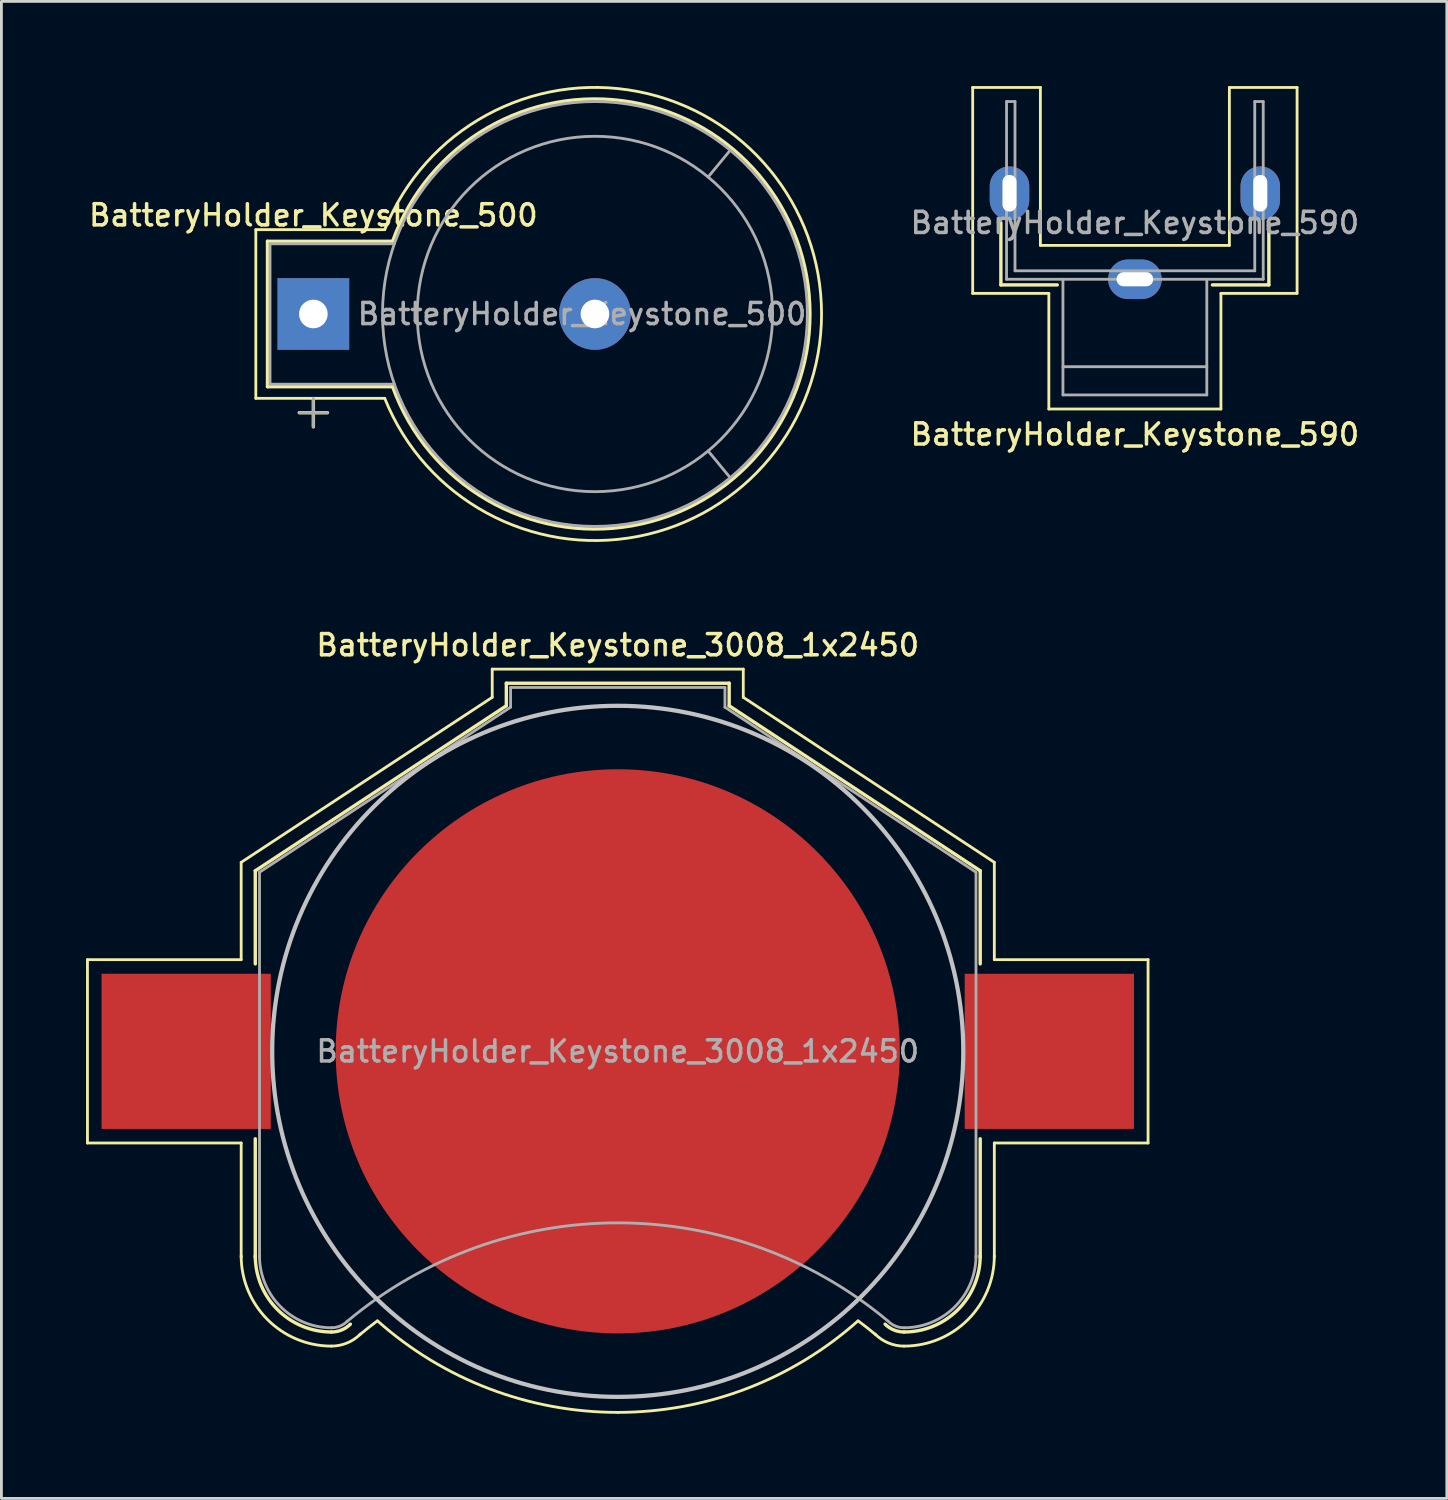
<source format=kicad_pcb>
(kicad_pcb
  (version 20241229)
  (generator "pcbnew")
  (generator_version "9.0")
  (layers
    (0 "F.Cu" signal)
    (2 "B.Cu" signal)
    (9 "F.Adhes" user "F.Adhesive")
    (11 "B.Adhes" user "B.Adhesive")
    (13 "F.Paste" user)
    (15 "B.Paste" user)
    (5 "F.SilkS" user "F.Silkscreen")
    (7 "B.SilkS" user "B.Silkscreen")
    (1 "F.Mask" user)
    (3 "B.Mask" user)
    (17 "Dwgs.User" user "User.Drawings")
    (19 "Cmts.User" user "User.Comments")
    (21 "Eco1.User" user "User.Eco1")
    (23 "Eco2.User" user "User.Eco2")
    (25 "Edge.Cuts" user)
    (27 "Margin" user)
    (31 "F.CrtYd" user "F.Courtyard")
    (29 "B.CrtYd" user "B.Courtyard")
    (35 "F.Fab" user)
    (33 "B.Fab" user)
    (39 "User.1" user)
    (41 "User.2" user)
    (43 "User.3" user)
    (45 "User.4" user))
  (footprint "BatteryHolder_Keystone_590"
    (layer "F.Cu")
    (at 37.183 6.85)
    (property "Reference" "BatteryHolder_Keystone_590" (at 0 5.5 0) (layer "F.SilkS") (effects (font (size 0.75 0.75) (thickness 0.125))))
    (attr through_hole)
    (fp_line (start -5.75 -6.8) (end -3.35 -6.8) (stroke (width 0.1) (type solid)) (layer "F.SilkS"))
    (fp_line (start -5.75 0.5) (end -5.75 -6.8) (stroke (width 0.1) (type solid)) (layer "F.SilkS"))
    (fp_line (start -4.75 -2) (end -4.75 0.2) (stroke (width 0.12) (type solid)) (layer "F.SilkS"))
    (fp_line (start -4.75 0.2) (end -2.75 0.2) (stroke (width 0.12) (type solid)) (layer "F.SilkS"))
    (fp_line (start -3.35 -1.2) (end -3.35 -6.8) (stroke (width 0.1) (type solid)) (layer "F.SilkS"))
    (fp_line (start -3.05 0.5) (end -5.75 0.5) (stroke (width 0.1) (type solid)) (layer "F.SilkS"))
    (fp_line (start -3.05 4.6) (end -3.05 0.5) (stroke (width 0.1) (type solid)) (layer "F.SilkS"))
    (fp_line (start 3.05 0.5) (end 3.05 4.6) (stroke (width 0.1) (type solid)) (layer "F.SilkS"))
    (fp_line (start 3.05 0.5) (end 5.75 0.5) (stroke (width 0.1) (type solid)) (layer "F.SilkS"))
    (fp_line (start 3.05 4.6) (end -3.05 4.6) (stroke (width 0.1) (type solid)) (layer "F.SilkS"))
    (fp_line (start 3.35 -6.8) (end 5.75 -6.8) (stroke (width 0.1) (type solid)) (layer "F.SilkS"))
    (fp_line (start 3.35 -1.2) (end -3.35 -1.2) (stroke (width 0.1) (type solid)) (layer "F.SilkS"))
    (fp_line (start 3.35 -1.2) (end 3.35 -6.8) (stroke (width 0.1) (type solid)) (layer "F.SilkS"))
    (fp_line (start 4.75 -2) (end 4.75 0.2) (stroke (width 0.12) (type solid)) (layer "F.SilkS"))
    (fp_line (start 4.75 0.2) (end 2.75 0.2) (stroke (width 0.12) (type solid)) (layer "F.SilkS"))
    (fp_line (start 5.75 -6.8) (end 5.75 0.5) (stroke (width 0.1) (type solid)) (layer "F.SilkS"))
    (fp_line (start -4.55 0) (end -4.55 -6.3) (stroke (width 0.1) (type solid)) (layer "F.Fab"))
    (fp_line (start -4.25 -6.3) (end -4.55 -6.3) (stroke (width 0.1) (type solid)) (layer "F.Fab"))
    (fp_line (start -4.25 -0.3) (end -4.25 -6.3) (stroke (width 0.1) (type solid)) (layer "F.Fab"))
    (fp_line (start -2.55 3.1) (end 2.55 3.1) (stroke (width 0.1) (type solid)) (layer "F.Fab"))
    (fp_line (start -2.55 4.1) (end -2.55 0) (stroke (width 0.1) (type solid)) (layer "F.Fab"))
    (fp_line (start 2.55 0) (end 2.55 4.1) (stroke (width 0.1) (type solid)) (layer "F.Fab"))
    (fp_line (start 2.55 4.1) (end -2.55 4.1) (stroke (width 0.1) (type solid)) (layer "F.Fab"))
    (fp_line (start 4.25 -6.3) (end 4.25 -0.3) (stroke (width 0.1) (type solid)) (layer "F.Fab"))
    (fp_line (start 4.25 -0.3) (end -4.25 -0.3) (stroke (width 0.1) (type solid)) (layer "F.Fab"))
    (fp_line (start 4.55 -6.3) (end 4.25 -6.3) (stroke (width 0.1) (type solid)) (layer "F.Fab"))
    (fp_line (start 4.55 0) (end -4.55 0) (stroke (width 0.1) (type solid)) (layer "F.Fab"))
    (fp_line (start 4.55 0) (end 4.55 -6.3) (stroke (width 0.1) (type solid)) (layer "F.Fab"))
    (fp_text user "${REFERENCE}" (at 0 -2 0) (layer "F.Fab") (effects (font (size 0.75 0.75) (thickness 0.125))))
    (pad "1" thru_hole oval (at -4.445 -3.05 90) (size 1.9 1.4) (drill oval 1.3 0.5) (layers "*.Cu" "*.Mask"))
    (pad "1" thru_hole oval (at 0 0) (size 1.9 1.4) (drill oval 1.3 0.5) (layers "*.Cu" "*.Mask"))
    (pad "1" thru_hole oval (at 4.445 -3.05 90) (size 1.9 1.4) (drill oval 1.3 0.5) (layers "*.Cu" "*.Mask")))
  (footprint "BatteryHolder_Keystone_3008_1x2450"
    (layer "F.Cu")
    (at 18.85 34.221)
    (property "Reference" "BatteryHolder_Keystone_3008_1x2450" (at 0 -14.4 0) (layer "F.SilkS") (effects (font (size 0.75 0.75) (thickness 0.125))))
    (attr smd)
    (fp_line (start -18.8 -3.25) (end -18.8 3.25) (stroke (width 0.1) (type solid)) (layer "F.SilkS"))
    (fp_line (start -18.8 3.25) (end -13.35 3.25) (stroke (width 0.1) (type solid)) (layer "F.SilkS"))
    (fp_line (start -13.35 -6.7) (end -13.35 -3.25) (stroke (width 0.1) (type solid)) (layer "F.SilkS"))
    (fp_line (start -13.35 -3.25) (end -18.8 -3.25) (stroke (width 0.1) (type solid)) (layer "F.SilkS"))
    (fp_line (start -13.35 3.25) (end -13.35 7.3) (stroke (width 0.1) (type solid)) (layer "F.SilkS"))
    (fp_line (start -12.85 -6.4) (end -12.85 -3.1) (stroke (width 0.12) (type solid)) (layer "F.SilkS"))
    (fp_line (start -12.85 3.1) (end -12.85 7.3) (stroke (width 0.12) (type solid)) (layer "F.SilkS"))
    (fp_line (start -4.45 -13.55) (end -4.45 -12.55) (stroke (width 0.1) (type solid)) (layer "F.SilkS"))
    (fp_line (start -4.45 -13.55) (end 4.45 -13.55) (stroke (width 0.1) (type solid)) (layer "F.SilkS"))
    (fp_line (start -4.45 -12.55) (end -13.35 -6.7) (stroke (width 0.1) (type solid)) (layer "F.SilkS"))
    (fp_line (start -3.95 -13.05) (end -3.95 -12.25) (stroke (width 0.12) (type solid)) (layer "F.SilkS"))
    (fp_line (start -3.95 -13.05) (end 3.95 -13.05) (stroke (width 0.12) (type solid)) (layer "F.SilkS"))
    (fp_line (start -3.95 -12.25) (end -12.85 -6.4) (stroke (width 0.12) (type solid)) (layer "F.SilkS"))
    (fp_line (start 3.95 -13.05) (end 3.95 -12.25) (stroke (width 0.12) (type solid)) (layer "F.SilkS"))
    (fp_line (start 3.95 -12.25) (end 12.85 -6.4) (stroke (width 0.12) (type solid)) (layer "F.SilkS"))
    (fp_line (start 4.45 -13.55) (end 4.45 -12.55) (stroke (width 0.1) (type solid)) (layer "F.SilkS"))
    (fp_line (start 4.45 -12.55) (end 13.35 -6.7) (stroke (width 0.1) (type solid)) (layer "F.SilkS"))
    (fp_line (start 12.85 -6.4) (end 12.85 -3.1) (stroke (width 0.12) (type solid)) (layer "F.SilkS"))
    (fp_line (start 12.85 3.1) (end 12.85 7.3) (stroke (width 0.12) (type solid)) (layer "F.SilkS"))
    (fp_line (start 13.35 -6.7) (end 13.35 -3.25) (stroke (width 0.1) (type solid)) (layer "F.SilkS"))
    (fp_line (start 13.35 -3.25) (end 18.8 -3.25) (stroke (width 0.1) (type solid)) (layer "F.SilkS"))
    (fp_line (start 13.35 3.25) (end 13.35 7.3) (stroke (width 0.1) (type solid)) (layer "F.SilkS"))
    (fp_line (start 18.8 -3.25) (end 18.8 3.25) (stroke (width 0.1) (type solid)) (layer "F.SilkS"))
    (fp_line (start 18.8 3.25) (end 13.35 3.25) (stroke (width 0.1) (type solid)) (layer "F.SilkS"))
    (fp_arc (start -10.15 9.95) (mid -12.059188 9.159188) (end -12.85 7.25) (stroke (width 0.12) (type solid)) (layer "F.SilkS"))
    (fp_arc (start -10.15 10.45) (mid -12.412742 9.512742) (end -13.35 7.25) (stroke (width 0.1) (type solid)) (layer "F.SilkS"))
    (fp_arc (start -9.478249 9.671751) (mid -9.786451 9.877685) (end -10.15 9.95) (stroke (width 0.12) (type solid)) (layer "F.SilkS"))
    (fp_arc (start -9.15 10.05) (mid -8.840691 9.798786) (end -8.524488 9.556307) (stroke (width 0.1) (type solid)) (layer "F.SilkS"))
    (fp_arc (start -9.124695 10.025305) (mid -9.595109 10.339626) (end -10.15 10.45) (stroke (width 0.1) (type solid)) (layer "F.SilkS"))
    (fp_arc (start 0 12.8) (mid -4.55581 11.961797) (end -8.514949 9.556969) (stroke (width 0.1) (type solid)) (layer "F.SilkS"))
    (fp_arc (start 8.514949 9.556969) (mid 4.55581 11.961798) (end 0 12.8) (stroke (width 0.1) (type solid)) (layer "F.SilkS"))
    (fp_arc (start 8.524488 9.556307) (mid 8.840691 9.798786) (end 9.15 10.05) (stroke (width 0.1) (type solid)) (layer "F.SilkS"))
    (fp_arc (start 10.15 9.95) (mid 9.786451 9.877686) (end 9.478249 9.671751) (stroke (width 0.12) (type solid)) (layer "F.SilkS"))
    (fp_arc (start 10.15 10.45) (mid 9.595109 10.339625) (end 9.124695 10.025305) (stroke (width 0.1) (type solid)) (layer "F.SilkS"))
    (fp_arc (start 12.85 7.25) (mid 12.059188 9.159188) (end 10.15 9.95) (stroke (width 0.12) (type solid)) (layer "F.SilkS"))
    (fp_arc (start 13.35 7.25) (mid 12.412742 9.512742) (end 10.15 10.45) (stroke (width 0.1) (type solid)) (layer "F.SilkS"))
    (fp_circle (center 0 0) (end 12.25 0) (stroke (width 0.15) (type solid)) (fill no) (layer "Dwgs.User"))
    (fp_line (start -12.7 -6.35) (end -12.7 7.3) (stroke (width 0.1) (type solid)) (layer "F.Fab"))
    (fp_line (start -3.8 -12.9) (end -3.8 -12.2) (stroke (width 0.1) (type solid)) (layer "F.Fab"))
    (fp_line (start -3.8 -12.9) (end 3.8 -12.9) (stroke (width 0.1) (type solid)) (layer "F.Fab"))
    (fp_line (start -3.8 -12.2) (end -12.7 -6.35) (stroke (width 0.1) (type solid)) (layer "F.Fab"))
    (fp_line (start 3.8 -12.9) (end 3.8 -12.2) (stroke (width 0.1) (type solid)) (layer "F.Fab"))
    (fp_line (start 3.8 -12.2) (end 12.7 -6.35) (stroke (width 0.1) (type solid)) (layer "F.Fab"))
    (fp_line (start 12.7 -6.35) (end 12.7 7.3) (stroke (width 0.1) (type solid)) (layer "F.Fab"))
    (fp_arc (start -10.15 9.8) (mid -11.953122 9.053122) (end -12.7 7.25) (stroke (width 0.1) (type solid)) (layer "F.Fab"))
    (fp_arc (start -9.6 9.58) (mid -0.013392 6.081011) (end 9.579482 9.562783) (stroke (width 0.1) (type solid)) (layer "F.Fab"))
    (fp_arc (start -9.584315 9.565685) (mid -9.843853 9.739103) (end -10.15 9.8) (stroke (width 0.1) (type solid)) (layer "F.Fab"))
    (fp_arc (start 10.15 9.8) (mid 9.843853 9.739104) (end 9.584315 9.565685) (stroke (width 0.1) (type solid)) (layer "F.Fab"))
    (fp_arc (start 12.7 7.25) (mid 11.953122 9.053122) (end 10.15 9.8) (stroke (width 0.1) (type solid)) (layer "F.Fab"))
    (fp_text user "${REFERENCE}" (at 0 0 0) (layer "F.Fab") (effects (font (size 0.75 0.75) (thickness 0.125))))
    (pad "1" smd rect (at -15.3 0) (size 6 5.5) (layers "F.Cu" "F.Mask" "F.Paste"))
    (pad "1" smd rect (at 15.3 0) (size 6 5.5) (layers "F.Cu" "F.Mask" "F.Paste"))
    (pad "2" smd circle (at 0 0) (size 20 20) (layers "F.Cu" "F.Mask")))
  (footprint "BatteryHolder_Keystone_500"
    (layer "F.Cu")
    (at 8.059 8.081)
    (property "Reference" "BatteryHolder_Keystone_500" (at 0 -3.5 0) (layer "F.SilkS") (effects (font (size 0.75 0.75) (thickness 0.125))))
    (attr through_hole)
    (fp_line (start -2.04 -2.99) (end 2.53 -2.99) (stroke (width 0.1) (type solid)) (layer "F.SilkS"))
    (fp_line (start -2.04 2.99) (end -2.04 -2.99) (stroke (width 0.1) (type solid)) (layer "F.SilkS"))
    (fp_line (start -2.04 2.99) (end 2.53 2.99) (stroke (width 0.1) (type solid)) (layer "F.SilkS"))
    (fp_line (start -1.626 -2.578) (end -1.626 2.578) (stroke (width 0.12) (type default)) (layer "F.SilkS"))
    (fp_line (start -1.626 -2.578) (end 2.81 -2.578) (stroke (width 0.12) (type solid)) (layer "F.SilkS"))
    (fp_line (start -1.626 2.578) (end 2.81 2.578) (stroke (width 0.12) (type solid)) (layer "F.SilkS"))
    (fp_line (start 0 3) (end 0 4) (stroke (width 0.12) (type default)) (layer "F.SilkS"))
    (fp_line (start 0.5 3.5) (end -0.5 3.5) (stroke (width 0.12) (type default)) (layer "F.SilkS"))
    (fp_arc (start 2.53 -2.99) (mid 18.015634 0) (end 2.53 2.99) (stroke (width 0.1) (type default)) (layer "F.SilkS"))
    (fp_arc (start 2.81 -2.5781) (mid 17.603686 0) (end 2.81 2.5781) (stroke (width 0.12) (type default)) (layer "F.SilkS"))
    (fp_line (start -1.537 -2.489) (end 2.87 -2.489) (stroke (width 0.1) (type solid)) (layer "F.Fab"))
    (fp_line (start -1.537 2.489) (end -1.537 -2.489) (stroke (width 0.1) (type solid)) (layer "F.Fab"))
    (fp_line (start -1.537 2.489) (end 2.87 2.489) (stroke (width 0.1) (type solid)) (layer "F.Fab"))
    (fp_line (start 0 3) (end 0 4) (stroke (width 0.1) (type default)) (layer "F.Fab"))
    (fp_line (start 0.5 3.5) (end -0.5 3.5) (stroke (width 0.1) (type default)) (layer "F.Fab"))
    (fp_line (start 13.995 -4.856) (end 14.771 -5.796) (stroke (width 0.1) (type solid)) (layer "F.Fab"))
    (fp_line (start 13.995 4.856) (end 14.771 5.796) (stroke (width 0.1) (type solid)) (layer "F.Fab"))
    (fp_circle (center 9.982 0) (end 16.281 0) (stroke (width 0.1) (type solid)) (fill no) (layer "F.Fab"))
    (fp_circle (center 9.982 0) (end 17.513 0) (stroke (width 0.1) (type default)) (fill no) (layer "F.Fab"))
    (fp_text user "${REFERENCE}" (at 9.525 0 0) (layer "F.Fab") (effects (font (size 0.75 0.75) (thickness 0.125))))
    (pad "1" thru_hole rect (at 0 0) (size 2.54 2.54) (drill 1.016) (layers "*.Cu" "*.Mask"))
    (pad "2" thru_hole circle (at 9.982 0) (size 2.54 2.54) (drill 1.016) (layers "*.Cu" "*.Mask")))
  (gr_rect
    (start -3 -3)
    (end 48.242 50.071)
    (stroke (width 0.1) (type default))
    (fill no)
    (layer "Edge.Cuts")))
</source>
